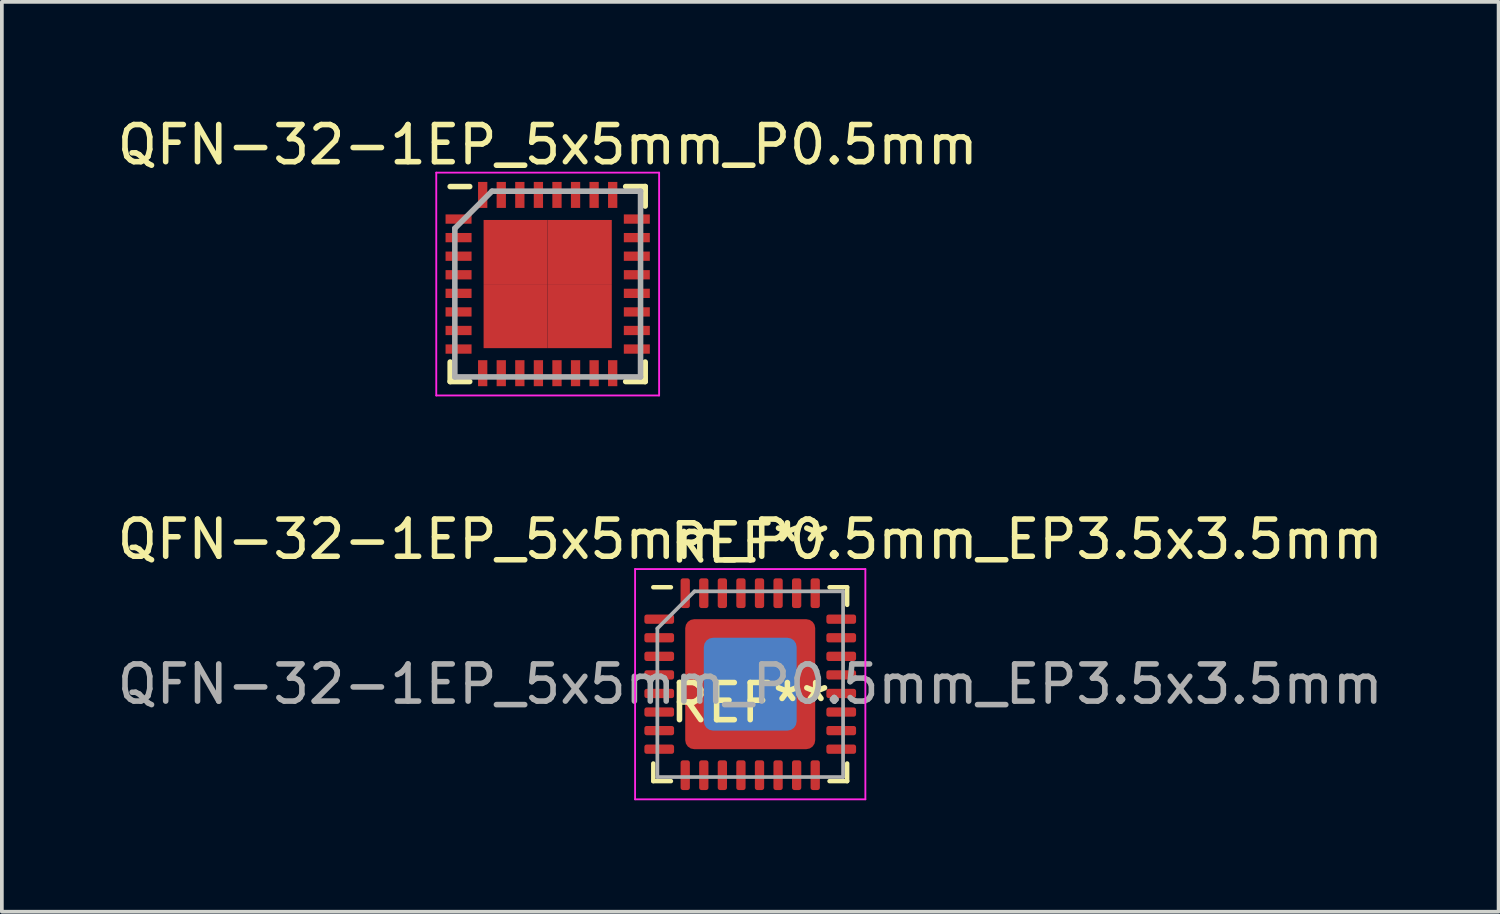
<source format=kicad_pcb>
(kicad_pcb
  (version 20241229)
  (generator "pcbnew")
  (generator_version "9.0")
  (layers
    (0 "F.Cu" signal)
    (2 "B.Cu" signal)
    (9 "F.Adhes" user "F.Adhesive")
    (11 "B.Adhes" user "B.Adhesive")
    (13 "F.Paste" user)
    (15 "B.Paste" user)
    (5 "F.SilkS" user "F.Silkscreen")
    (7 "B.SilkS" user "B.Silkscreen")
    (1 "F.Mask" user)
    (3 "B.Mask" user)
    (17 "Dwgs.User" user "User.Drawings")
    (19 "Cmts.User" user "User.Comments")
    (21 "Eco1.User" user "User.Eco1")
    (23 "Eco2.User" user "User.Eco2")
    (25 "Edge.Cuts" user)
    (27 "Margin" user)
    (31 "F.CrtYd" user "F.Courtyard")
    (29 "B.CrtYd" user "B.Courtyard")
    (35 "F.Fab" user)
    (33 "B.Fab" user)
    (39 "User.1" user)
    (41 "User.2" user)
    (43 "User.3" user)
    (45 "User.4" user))
  (footprint "QFN-32-1EP_5x5mm_P0.5mm"
    (layer "F.Cu")
    (at 11.696 4.598)
    (property "Reference" "QFN-32-1EP_5x5mm_P0.5mm" (at 0 -3.75 0) (layer "F.SilkS") (effects (font (size 1 1) (thickness 0.15))))
    (attr smd)
    (fp_line (start -2.625 -2.625) (end -2.1 -2.625) (stroke (width 0.15) (type solid)) (layer "F.SilkS"))
    (fp_line (start -2.625 2.625) (end -2.625 2.1) (stroke (width 0.15) (type solid)) (layer "F.SilkS"))
    (fp_line (start -2.625 2.625) (end -2.1 2.625) (stroke (width 0.15) (type solid)) (layer "F.SilkS"))
    (fp_line (start 2.625 -2.625) (end 2.1 -2.625) (stroke (width 0.15) (type solid)) (layer "F.SilkS"))
    (fp_line (start 2.625 -2.625) (end 2.625 -2.1) (stroke (width 0.15) (type solid)) (layer "F.SilkS"))
    (fp_line (start 2.625 2.625) (end 2.1 2.625) (stroke (width 0.15) (type solid)) (layer "F.SilkS"))
    (fp_line (start 2.625 2.625) (end 2.625 2.1) (stroke (width 0.15) (type solid)) (layer "F.SilkS"))
    (fp_line (start -3 -3) (end -3 3) (stroke (width 0.05) (type solid)) (layer "F.CrtYd"))
    (fp_line (start -3 -3) (end 3 -3) (stroke (width 0.05) (type solid)) (layer "F.CrtYd"))
    (fp_line (start -3 3) (end 3 3) (stroke (width 0.05) (type solid)) (layer "F.CrtYd"))
    (fp_line (start 3 -3) (end 3 3) (stroke (width 0.05) (type solid)) (layer "F.CrtYd"))
    (fp_line (start -2.5 -1.5) (end -1.5 -2.5) (stroke (width 0.15) (type solid)) (layer "F.Fab"))
    (fp_line (start -2.5 2.5) (end -2.5 -1.5) (stroke (width 0.15) (type solid)) (layer "F.Fab"))
    (fp_line (start -1.5 -2.5) (end 2.5 -2.5) (stroke (width 0.15) (type solid)) (layer "F.Fab"))
    (fp_line (start 2.5 -2.5) (end 2.5 2.5) (stroke (width 0.15) (type solid)) (layer "F.Fab"))
    (fp_line (start 2.5 2.5) (end -2.5 2.5) (stroke (width 0.15) (type solid)) (layer "F.Fab"))
    (pad "1" smd rect (at -2.4 -1.75) (size 0.7 0.25) (layers "F.Cu" "F.Mask" "F.Paste"))
    (pad "2" smd rect (at -2.4 -1.25) (size 0.7 0.25) (layers "F.Cu" "F.Mask" "F.Paste"))
    (pad "3" smd rect (at -2.4 -0.75) (size 0.7 0.25) (layers "F.Cu" "F.Mask" "F.Paste"))
    (pad "4" smd rect (at -2.4 -0.25) (size 0.7 0.25) (layers "F.Cu" "F.Mask" "F.Paste"))
    (pad "5" smd rect (at -2.4 0.25) (size 0.7 0.25) (layers "F.Cu" "F.Mask" "F.Paste"))
    (pad "6" smd rect (at -2.4 0.75) (size 0.7 0.25) (layers "F.Cu" "F.Mask" "F.Paste"))
    (pad "7" smd rect (at -2.4 1.25) (size 0.7 0.25) (layers "F.Cu" "F.Mask" "F.Paste"))
    (pad "8" smd rect (at -2.4 1.75) (size 0.7 0.25) (layers "F.Cu" "F.Mask" "F.Paste"))
    (pad "9" smd rect (at -1.75 2.4 90) (size 0.7 0.25) (layers "F.Cu" "F.Mask" "F.Paste"))
    (pad "10" smd rect (at -1.25 2.4 90) (size 0.7 0.25) (layers "F.Cu" "F.Mask" "F.Paste"))
    (pad "11" smd rect (at -0.75 2.4 90) (size 0.7 0.25) (layers "F.Cu" "F.Mask" "F.Paste"))
    (pad "12" smd rect (at -0.25 2.4 90) (size 0.7 0.25) (layers "F.Cu" "F.Mask" "F.Paste"))
    (pad "13" smd rect (at 0.25 2.4 90) (size 0.7 0.25) (layers "F.Cu" "F.Mask" "F.Paste"))
    (pad "14" smd rect (at 0.75 2.4 90) (size 0.7 0.25) (layers "F.Cu" "F.Mask" "F.Paste"))
    (pad "15" smd rect (at 1.25 2.4 90) (size 0.7 0.25) (layers "F.Cu" "F.Mask" "F.Paste"))
    (pad "16" smd rect (at 1.75 2.4 90) (size 0.7 0.25) (layers "F.Cu" "F.Mask" "F.Paste"))
    (pad "17" smd rect (at 2.4 1.75) (size 0.7 0.25) (layers "F.Cu" "F.Mask" "F.Paste"))
    (pad "18" smd rect (at 2.4 1.25) (size 0.7 0.25) (layers "F.Cu" "F.Mask" "F.Paste"))
    (pad "19" smd rect (at 2.4 0.75) (size 0.7 0.25) (layers "F.Cu" "F.Mask" "F.Paste"))
    (pad "20" smd rect (at 2.4 0.25) (size 0.7 0.25) (layers "F.Cu" "F.Mask" "F.Paste"))
    (pad "21" smd rect (at 2.4 -0.25) (size 0.7 0.25) (layers "F.Cu" "F.Mask" "F.Paste"))
    (pad "22" smd rect (at 2.4 -0.75) (size 0.7 0.25) (layers "F.Cu" "F.Mask" "F.Paste"))
    (pad "23" smd rect (at 2.4 -1.25) (size 0.7 0.25) (layers "F.Cu" "F.Mask" "F.Paste"))
    (pad "24" smd rect (at 2.4 -1.75) (size 0.7 0.25) (layers "F.Cu" "F.Mask" "F.Paste"))
    (pad "25" smd rect (at 1.75 -2.4 90) (size 0.7 0.25) (layers "F.Cu" "F.Mask" "F.Paste"))
    (pad "26" smd rect (at 1.25 -2.4 90) (size 0.7 0.25) (layers "F.Cu" "F.Mask" "F.Paste"))
    (pad "27" smd rect (at 0.75 -2.4 90) (size 0.7 0.25) (layers "F.Cu" "F.Mask" "F.Paste"))
    (pad "28" smd rect (at 0.25 -2.4 90) (size 0.7 0.25) (layers "F.Cu" "F.Mask" "F.Paste"))
    (pad "29" smd rect (at -0.25 -2.4 90) (size 0.7 0.25) (layers "F.Cu" "F.Mask" "F.Paste"))
    (pad "30" smd rect (at -0.75 -2.4 90) (size 0.7 0.25) (layers "F.Cu" "F.Mask" "F.Paste"))
    (pad "31" smd rect (at -1.25 -2.4 90) (size 0.7 0.25) (layers "F.Cu" "F.Mask" "F.Paste"))
    (pad "32" smd rect (at -1.75 -2.4 90) (size 0.7 0.25) (layers "F.Cu" "F.Mask" "F.Paste"))
    (pad "33" smd rect (at -0.863 -0.863) (size 1.725 1.725) (layers "F.Cu" "F.Mask" "F.Paste"))
    (pad "33" smd rect (at -0.863 0.863) (size 1.725 1.725) (layers "F.Cu" "F.Mask" "F.Paste"))
    (pad "33" smd rect (at 0.863 -0.863) (size 1.725 1.725) (layers "F.Cu" "F.Mask" "F.Paste"))
    (pad "33" smd rect (at 0.863 0.863) (size 1.725 1.725) (layers "F.Cu" "F.Mask" "F.Paste")))
  (footprint "QFN-32-1EP_5x5mm_P0.5mm_EP3.5x3.5mm"
    (layer "F.Cu")
    (at 17.149 15.371)
    (property "Reference" "QFN-32-1EP_5x5mm_P0.5mm_EP3.5x3.5mm" (at 0 -3.9 0) (layer "F.SilkS") (effects (font (size 1 1) (thickness 0.15))))
    (attr smd)
    (fp_line (start -2.61 2.61) (end -2.61 2.135) (stroke (width 0.12) (type solid)) (layer "F.SilkS"))
    (fp_line (start -2.135 -2.61) (end -2.61 -2.61) (stroke (width 0.12) (type solid)) (layer "F.SilkS"))
    (fp_line (start -2.135 2.61) (end -2.61 2.61) (stroke (width 0.12) (type solid)) (layer "F.SilkS"))
    (fp_line (start 2.135 -2.61) (end 2.61 -2.61) (stroke (width 0.12) (type solid)) (layer "F.SilkS"))
    (fp_line (start 2.135 2.61) (end 2.61 2.61) (stroke (width 0.12) (type solid)) (layer "F.SilkS"))
    (fp_line (start 2.61 -2.61) (end 2.61 -2.135) (stroke (width 0.12) (type solid)) (layer "F.SilkS"))
    (fp_line (start 2.61 2.61) (end 2.61 2.135) (stroke (width 0.12) (type solid)) (layer "F.SilkS"))
    (fp_line (start -3.1 -3.1) (end -3.1 3.1) (stroke (width 0.05) (type solid)) (layer "F.CrtYd"))
    (fp_line (start -3.1 3.1) (end 3.1 3.1) (stroke (width 0.05) (type solid)) (layer "F.CrtYd"))
    (fp_line (start 3.1 -3.1) (end -3.1 -3.1) (stroke (width 0.05) (type solid)) (layer "F.CrtYd"))
    (fp_line (start 3.1 3.1) (end 3.1 -3.1) (stroke (width 0.05) (type solid)) (layer "F.CrtYd"))
    (fp_line (start -2.5 -1.5) (end -1.5 -2.5) (stroke (width 0.1) (type solid)) (layer "F.Fab"))
    (fp_line (start -2.5 2.5) (end -2.5 -1.5) (stroke (width 0.1) (type solid)) (layer "F.Fab"))
    (fp_line (start -1.5 -2.5) (end 2.5 -2.5) (stroke (width 0.1) (type solid)) (layer "F.Fab"))
    (fp_line (start 2.5 -2.5) (end 2.5 2.5) (stroke (width 0.1) (type solid)) (layer "F.Fab"))
    (fp_line (start 2.5 2.5) (end -2.5 2.5) (stroke (width 0.1) (type solid)) (layer "F.Fab"))
    (fp_text user "REF**" (at 0 0.5 0) (layer "F.SilkS") (effects (font (size 1 1) (thickness 0.15))))
    (fp_text user "REF**" (at 0 -3.8 0) (layer "F.SilkS") (effects (font (size 1 1) (thickness 0.15))))
    (fp_text user "${REFERENCE}" (at 0 0 0) (layer "F.Fab") (effects (font (size 1 1) (thickness 0.15))))
    (pad "" smd roundrect (at -1.2 -1.2) (size 0.97 0.97) (layers "F.Paste") (roundrect_rratio 0.25))
    (pad "" smd roundrect (at -1.2 0) (size 0.97 0.97) (layers "F.Paste") (roundrect_rratio 0.25))
    (pad "" smd roundrect (at -1.2 1.2) (size 0.97 0.97) (layers "F.Paste") (roundrect_rratio 0.25))
    (pad "" smd roundrect (at 0 -1.2) (size 0.97 0.97) (layers "F.Paste") (roundrect_rratio 0.25))
    (pad "" smd roundrect (at 0 0) (size 0.97 0.97) (layers "F.Paste") (roundrect_rratio 0.25))
    (pad "" smd roundrect (at 0 1.2) (size 0.97 0.97) (layers "F.Paste") (roundrect_rratio 0.25))
    (pad "" smd roundrect (at 1.2 -1.2) (size 0.97 0.97) (layers "F.Paste") (roundrect_rratio 0.25))
    (pad "" smd roundrect (at 1.2 0) (size 0.97 0.97) (layers "F.Paste") (roundrect_rratio 0.25))
    (pad "" smd roundrect (at 1.2 1.2) (size 0.97 0.97) (layers "F.Paste") (roundrect_rratio 0.25))
    (pad "1" smd roundrect (at -2.45 -1.75) (size 0.8 0.25) (layers "F.Cu" "F.Mask" "F.Paste") (roundrect_rratio 0.25))
    (pad "2" smd roundrect (at -2.45 -1.25) (size 0.8 0.25) (layers "F.Cu" "F.Mask" "F.Paste") (roundrect_rratio 0.25))
    (pad "3" smd roundrect (at -2.45 -0.75) (size 0.8 0.25) (layers "F.Cu" "F.Mask" "F.Paste") (roundrect_rratio 0.25))
    (pad "4" smd roundrect (at -2.45 -0.25) (size 0.8 0.25) (layers "F.Cu" "F.Mask" "F.Paste") (roundrect_rratio 0.25))
    (pad "5" smd roundrect (at -2.45 0.25) (size 0.8 0.25) (layers "F.Cu" "F.Mask" "F.Paste") (roundrect_rratio 0.25))
    (pad "6" smd roundrect (at -2.45 0.75) (size 0.8 0.25) (layers "F.Cu" "F.Mask" "F.Paste") (roundrect_rratio 0.25))
    (pad "7" smd roundrect (at -2.45 1.25) (size 0.8 0.25) (layers "F.Cu" "F.Mask" "F.Paste") (roundrect_rratio 0.25))
    (pad "8" smd roundrect (at -2.45 1.75) (size 0.8 0.25) (layers "F.Cu" "F.Mask" "F.Paste") (roundrect_rratio 0.25))
    (pad "9" smd roundrect (at -1.75 2.45) (size 0.25 0.8) (layers "F.Cu" "F.Mask" "F.Paste") (roundrect_rratio 0.25))
    (pad "10" smd roundrect (at -1.25 2.45) (size 0.25 0.8) (layers "F.Cu" "F.Mask" "F.Paste") (roundrect_rratio 0.25))
    (pad "11" smd roundrect (at -0.75 2.45) (size 0.25 0.8) (layers "F.Cu" "F.Mask" "F.Paste") (roundrect_rratio 0.25))
    (pad "12" smd roundrect (at -0.25 2.45) (size 0.25 0.8) (layers "F.Cu" "F.Mask" "F.Paste") (roundrect_rratio 0.25))
    (pad "13" smd roundrect (at 0.25 2.45) (size 0.25 0.8) (layers "F.Cu" "F.Mask" "F.Paste") (roundrect_rratio 0.25))
    (pad "14" smd roundrect (at 0.75 2.45) (size 0.25 0.8) (layers "F.Cu" "F.Mask" "F.Paste") (roundrect_rratio 0.25))
    (pad "15" smd roundrect (at 1.25 2.45) (size 0.25 0.8) (layers "F.Cu" "F.Mask" "F.Paste") (roundrect_rratio 0.25))
    (pad "16" smd roundrect (at 1.75 2.45) (size 0.25 0.8) (layers "F.Cu" "F.Mask" "F.Paste") (roundrect_rratio 0.25))
    (pad "17" smd roundrect (at 2.45 1.75) (size 0.8 0.25) (layers "F.Cu" "F.Mask" "F.Paste") (roundrect_rratio 0.25))
    (pad "18" smd roundrect (at 2.45 1.25) (size 0.8 0.25) (layers "F.Cu" "F.Mask" "F.Paste") (roundrect_rratio 0.25))
    (pad "19" smd roundrect (at 2.45 0.75) (size 0.8 0.25) (layers "F.Cu" "F.Mask" "F.Paste") (roundrect_rratio 0.25))
    (pad "20" smd roundrect (at 2.45 0.25) (size 0.8 0.25) (layers "F.Cu" "F.Mask" "F.Paste") (roundrect_rratio 0.25))
    (pad "21" smd roundrect (at 2.45 -0.25) (size 0.8 0.25) (layers "F.Cu" "F.Mask" "F.Paste") (roundrect_rratio 0.25))
    (pad "22" smd roundrect (at 2.45 -0.75) (size 0.8 0.25) (layers "F.Cu" "F.Mask" "F.Paste") (roundrect_rratio 0.25))
    (pad "23" smd roundrect (at 2.45 -1.25) (size 0.8 0.25) (layers "F.Cu" "F.Mask" "F.Paste") (roundrect_rratio 0.25))
    (pad "24" smd roundrect (at 2.45 -1.75) (size 0.8 0.25) (layers "F.Cu" "F.Mask" "F.Paste") (roundrect_rratio 0.25))
    (pad "25" smd roundrect (at 1.75 -2.45) (size 0.25 0.8) (layers "F.Cu" "F.Mask" "F.Paste") (roundrect_rratio 0.25))
    (pad "26" smd roundrect (at 1.25 -2.45) (size 0.25 0.8) (layers "F.Cu" "F.Mask" "F.Paste") (roundrect_rratio 0.25))
    (pad "27" smd roundrect (at 0.75 -2.45) (size 0.25 0.8) (layers "F.Cu" "F.Mask" "F.Paste") (roundrect_rratio 0.25))
    (pad "28" smd roundrect (at 0.25 -2.45) (size 0.25 0.8) (layers "F.Cu" "F.Mask" "F.Paste") (roundrect_rratio 0.25))
    (pad "29" smd roundrect (at -0.25 -2.45) (size 0.25 0.8) (layers "F.Cu" "F.Mask" "F.Paste") (roundrect_rratio 0.25))
    (pad "30" smd roundrect (at -0.75 -2.45) (size 0.25 0.8) (layers "F.Cu" "F.Mask" "F.Paste") (roundrect_rratio 0.25))
    (pad "31" smd roundrect (at -1.25 -2.45) (size 0.25 0.8) (layers "F.Cu" "F.Mask" "F.Paste") (roundrect_rratio 0.25))
    (pad "32" smd roundrect (at -1.75 -2.45) (size 0.25 0.8) (layers "F.Cu" "F.Mask" "F.Paste") (roundrect_rratio 0.25))
    (pad "33" smd roundrect (at 0 0) (size 2.5 2.5) (layers "B.Cu") (roundrect_rratio 0.1))
    (pad "33" smd roundrect (at 0 0) (size 3.5 3.5) (layers "F.Cu" "F.Mask") (roundrect_rratio 0.069)))
  (gr_rect
    (start -3 -3)
    (end 37.298 21.497)
    (stroke (width 0.1) (type default))
    (fill no)
    (layer "Edge.Cuts")))
</source>
